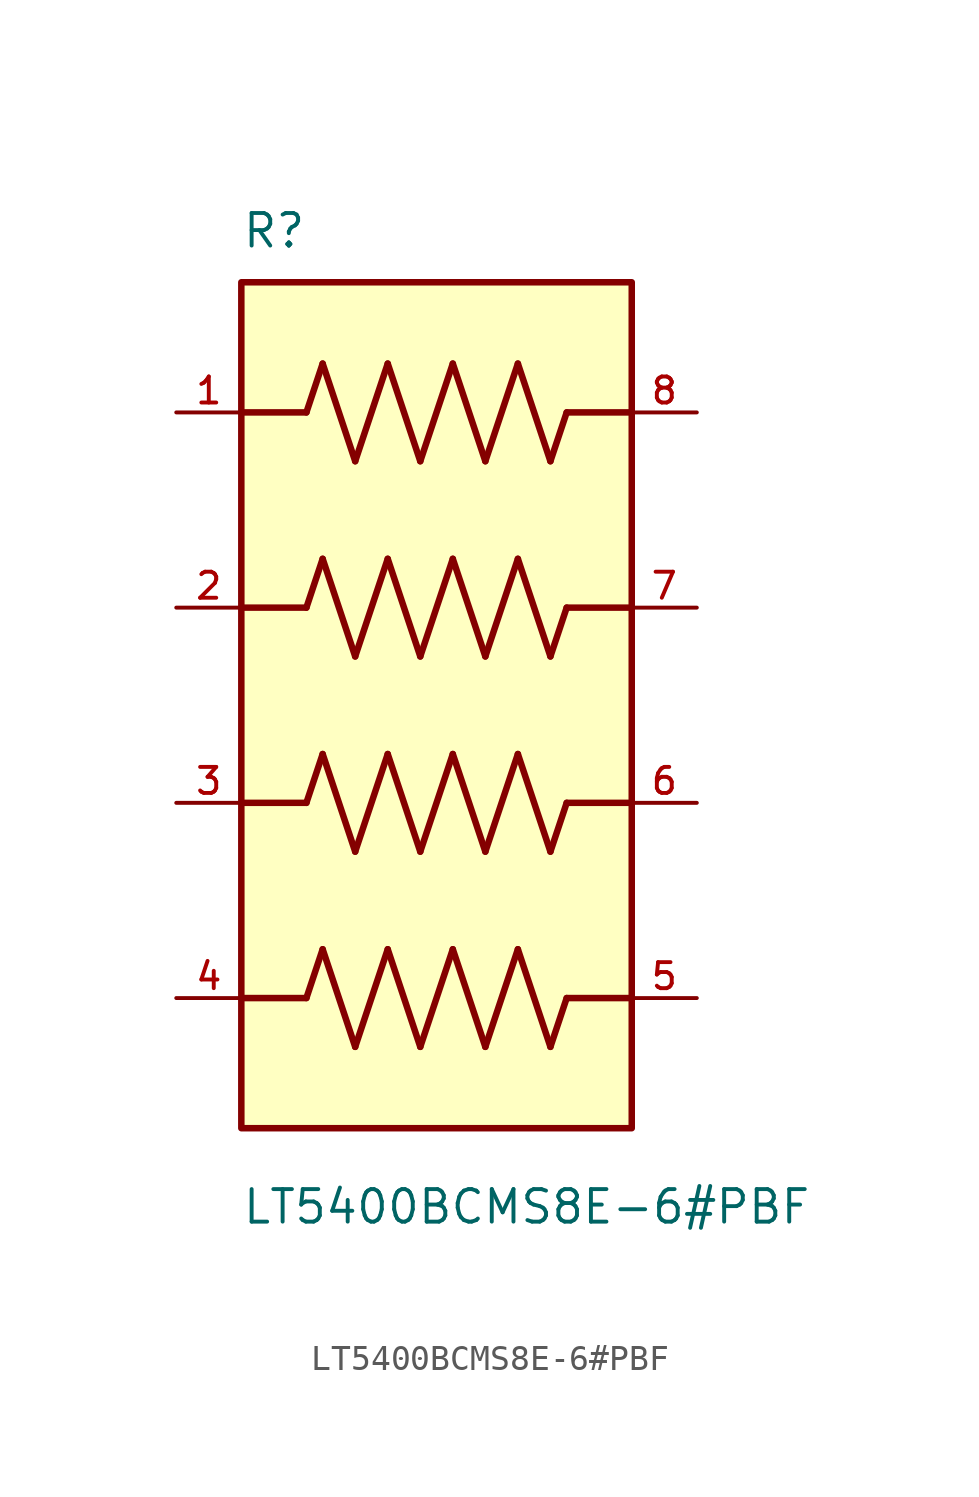
<source format=kicad_sym>
(kicad_symbol_lib
  (version 20211014)
  (generator kicad_symbol_editor)
  (symbol "LT5400BCMS8E-6#PBF"
    (pin_names
      (offset 1.016))
    (property "Reference" "R"
      (at -7.62 16.51 0)
      (effects (font (size 1.27 1.27)) (justify bottom left)))
    (property "Value" "LT5400BCMS8E-6#PBF"
      (at -7.62 -21.59 0)
      (effects (font (size 1.27 1.27)) (justify bottom left)))
    (symbol "LT5400BCMS8E-6#PBF_0_0"
      (polyline (pts (xy -5.08 10.16) (xy -4.445 12.065)) (stroke (width 0.254)))
      (polyline (pts (xy -4.445 12.065) (xy -3.175 8.255)) (stroke (width 0.254)))
      (polyline (pts (xy -3.175 8.255) (xy -1.905 12.065)) (stroke (width 0.254)))
      (polyline (pts (xy -1.905 12.065) (xy -0.635 8.255)) (stroke (width 0.254)))
      (polyline (pts (xy -0.635 8.255) (xy 0.635 12.065)) (stroke (width 0.254)))
      (polyline (pts (xy 0.635 12.065) (xy 1.905 8.255)) (stroke (width 0.254)))
      (polyline (pts (xy 1.905 8.255) (xy 3.175 12.065)) (stroke (width 0.254)))
      (polyline (pts (xy 3.175 12.065) (xy 4.445 8.255)) (stroke (width 0.254)))
      (polyline (pts (xy 4.445 8.255) (xy 5.08 10.16)) (stroke (width 0.254)))
      (polyline (pts (xy -5.08 2.54) (xy -4.445 4.445)) (stroke (width 0.254)))
      (polyline (pts (xy -4.445 4.445) (xy -3.175 0.635)) (stroke (width 0.254)))
      (polyline (pts (xy -3.175 0.635) (xy -1.905 4.445)) (stroke (width 0.254)))
      (polyline (pts (xy -1.905 4.445) (xy -0.635 0.635)) (stroke (width 0.254)))
      (polyline (pts (xy -0.635 0.635) (xy 0.635 4.445)) (stroke (width 0.254)))
      (polyline (pts (xy 0.635 4.445) (xy 1.905 0.635)) (stroke (width 0.254)))
      (polyline (pts (xy 1.905 0.635) (xy 3.175 4.445)) (stroke (width 0.254)))
      (polyline (pts (xy 3.175 4.445) (xy 4.445 0.635)) (stroke (width 0.254)))
      (polyline (pts (xy 4.445 0.635) (xy 5.08 2.54)) (stroke (width 0.254)))
      (polyline (pts (xy -5.08 -5.08) (xy -4.445 -3.175)) (stroke (width 0.254)))
      (polyline (pts (xy -4.445 -3.175) (xy -3.175 -6.985)) (stroke (width 0.254)))
      (polyline (pts (xy -3.175 -6.985) (xy -1.905 -3.175)) (stroke (width 0.254)))
      (polyline (pts (xy -1.905 -3.175) (xy -0.635 -6.985)) (stroke (width 0.254)))
      (polyline (pts (xy -0.635 -6.985) (xy 0.635 -3.175)) (stroke (width 0.254)))
      (polyline (pts (xy 0.635 -3.175) (xy 1.905 -6.985)) (stroke (width 0.254)))
      (polyline (pts (xy 1.905 -6.985) (xy 3.175 -3.175)) (stroke (width 0.254)))
      (polyline (pts (xy 3.175 -3.175) (xy 4.445 -6.985)) (stroke (width 0.254)))
      (polyline (pts (xy 4.445 -6.985) (xy 5.08 -5.08)) (stroke (width 0.254)))
      (polyline (pts (xy -5.08 -12.7) (xy -4.445 -10.795)) (stroke (width 0.254)))
      (polyline (pts (xy -4.445 -10.795) (xy -3.175 -14.605)) (stroke (width 0.254)))
      (polyline (pts (xy -3.175 -14.605) (xy -1.905 -10.795)) (stroke (width 0.254)))
      (polyline (pts (xy -1.905 -10.795) (xy -0.635 -14.605)) (stroke (width 0.254)))
      (polyline (pts (xy -0.635 -14.605) (xy 0.635 -10.795)) (stroke (width 0.254)))
      (polyline (pts (xy 0.635 -10.795) (xy 1.905 -14.605)) (stroke (width 0.254)))
      (polyline (pts (xy 1.905 -14.605) (xy 3.175 -10.795)) (stroke (width 0.254)))
      (polyline (pts (xy 3.175 -10.795) (xy 4.445 -14.605)) (stroke (width 0.254)))
      (polyline (pts (xy 4.445 -14.605) (xy 5.08 -12.7)) (stroke (width 0.254)))
      (polyline (pts (xy -5.08 10.16) (xy -7.62 10.16)) (stroke (width 0.254)))
      (polyline (pts (xy 5.08 10.16) (xy 7.62 10.16)) (stroke (width 0.254)))
      (polyline (pts (xy -5.08 2.54) (xy -7.62 2.54)) (stroke (width 0.254)))
      (polyline (pts (xy -5.08 -5.08) (xy -7.62 -5.08)) (stroke (width 0.254)))
      (polyline (pts (xy -5.08 -12.7) (xy -7.62 -12.7)) (stroke (width 0.254)))
      (polyline (pts (xy 5.08 2.54) (xy 7.62 2.54)) (stroke (width 0.254)))
      (polyline (pts (xy 5.08 -5.08) (xy 7.62 -5.08)) (stroke (width 0.254)))
      (polyline (pts (xy 5.08 -12.7) (xy 7.62 -12.7)) (stroke (width 0.254)))
      (rectangle (start -7.62 -17.78) (end 7.62 15.24) (stroke (width 0.254)) (fill (type background)))
      (pin passive line (at -10.16 10.16 0) (length 2.54) (name "~" (effects (font (size 1.016 1.016)))) (number "1" (effects (font (size 1.016 1.016)))))
      (pin passive line (at -10.16 2.54 0) (length 2.54) (name "~" (effects (font (size 1.016 1.016)))) (number "2" (effects (font (size 1.016 1.016)))))
      (pin passive line (at -10.16 -5.08 0) (length 2.54) (name "~" (effects (font (size 1.016 1.016)))) (number "3" (effects (font (size 1.016 1.016)))))
      (pin passive line (at -10.16 -12.7 0) (length 2.54) (name "~" (effects (font (size 1.016 1.016)))) (number "4" (effects (font (size 1.016 1.016)))))
      (pin passive line (at 10.16 -12.7 180.0) (length 2.54) (name "~" (effects (font (size 1.016 1.016)))) (number "5" (effects (font (size 1.016 1.016)))))
      (pin passive line (at 10.16 -5.08 180.0) (length 2.54) (name "~" (effects (font (size 1.016 1.016)))) (number "6" (effects (font (size 1.016 1.016)))))
      (pin passive line (at 10.16 2.54 180.0) (length 2.54) (name "~" (effects (font (size 1.016 1.016)))) (number "7" (effects (font (size 1.016 1.016)))))
      (pin passive line (at 10.16 10.16 180.0) (length 2.54) (name "~" (effects (font (size 1.016 1.016)))) (number "8" (effects (font (size 1.016 1.016))))))))
</source>
